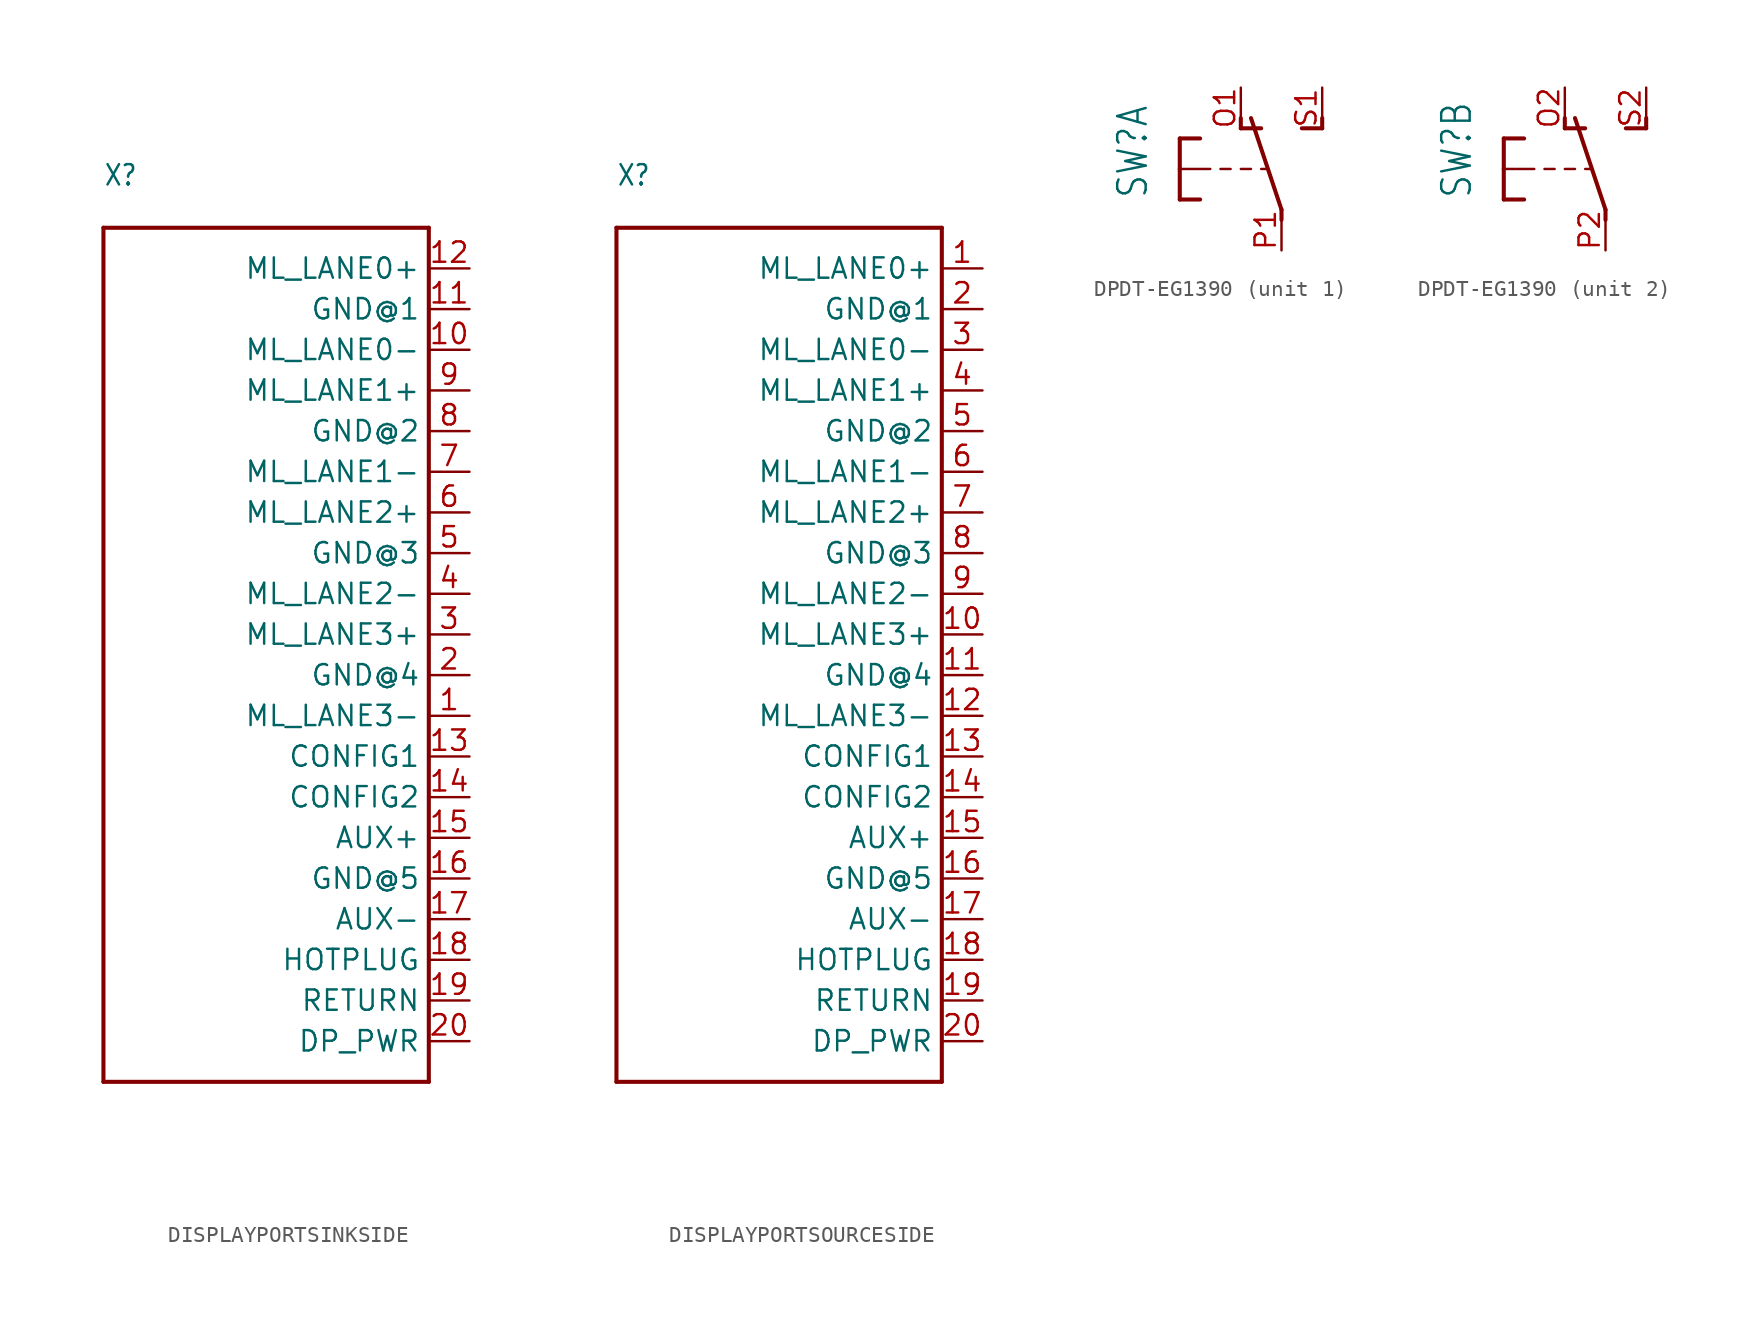
<source format=kicad_sym>
(kicad_symbol_lib
  (version 20220914)
  (generator kicad_symbol_editor)
  (symbol "DISPLAYPORTSINKSIDE"
    (property "Reference" "X"
      (at -10.16 30.48 0)
      (effects (font (size 1.27 1.079)) (justify left bottom)))
    (property "Value" ""
      (at -10.16 -27.94 0)
      (effects (font (size 1.27 1.079)) (justify left bottom)))
    (property "ki_locked" ""
      (at 0 0 0)
      (effects (font (size 1.27 1.27))))
    (symbol "DISPLAYPORTSINKSIDE_1_0"
      (polyline (pts (xy -10.16 -25.4) (xy -10.16 27.94)) (stroke (width 0.254) (type solid)) (fill (type none)))
      (polyline (pts (xy -10.16 27.94) (xy 10.16 27.94)) (stroke (width 0.254) (type solid)) (fill (type none)))
      (polyline (pts (xy 10.16 -25.4) (xy -10.16 -25.4)) (stroke (width 0.254) (type solid)) (fill (type none)))
      (polyline (pts (xy 10.16 27.94) (xy 10.16 -25.4)) (stroke (width 0.254) (type solid)) (fill (type none)))
      (pin bidirectional line (at 12.7 -2.54 180) (length 2.54) (name "ML_LANE3-" (effects (font (size 1.27 1.27)))) (number "1" (effects (font (size 1.27 1.27)))))
      (pin bidirectional line (at 12.7 20.32 180) (length 2.54) (name "ML_LANE0-" (effects (font (size 1.27 1.27)))) (number "10" (effects (font (size 1.27 1.27)))))
      (pin bidirectional line (at 12.7 22.86 180) (length 2.54) (name "GND@1" (effects (font (size 1.27 1.27)))) (number "11" (effects (font (size 1.27 1.27)))))
      (pin bidirectional line (at 12.7 25.4 180) (length 2.54) (name "ML_LANE0+" (effects (font (size 1.27 1.27)))) (number "12" (effects (font (size 1.27 1.27)))))
      (pin bidirectional line (at 12.7 -5.08 180) (length 2.54) (name "CONFIG1" (effects (font (size 1.27 1.27)))) (number "13" (effects (font (size 1.27 1.27)))))
      (pin bidirectional line (at 12.7 -7.62 180) (length 2.54) (name "CONFIG2" (effects (font (size 1.27 1.27)))) (number "14" (effects (font (size 1.27 1.27)))))
      (pin bidirectional line (at 12.7 -10.16 180) (length 2.54) (name "AUX+" (effects (font (size 1.27 1.27)))) (number "15" (effects (font (size 1.27 1.27)))))
      (pin bidirectional line (at 12.7 -12.7 180) (length 2.54) (name "GND@5" (effects (font (size 1.27 1.27)))) (number "16" (effects (font (size 1.27 1.27)))))
      (pin bidirectional line (at 12.7 -15.24 180) (length 2.54) (name "AUX-" (effects (font (size 1.27 1.27)))) (number "17" (effects (font (size 1.27 1.27)))))
      (pin bidirectional line (at 12.7 -17.78 180) (length 2.54) (name "HOTPLUG" (effects (font (size 1.27 1.27)))) (number "18" (effects (font (size 1.27 1.27)))))
      (pin bidirectional line (at 12.7 -20.32 180) (length 2.54) (name "RETURN" (effects (font (size 1.27 1.27)))) (number "19" (effects (font (size 1.27 1.27)))))
      (pin bidirectional line (at 12.7 0 180) (length 2.54) (name "GND@4" (effects (font (size 1.27 1.27)))) (number "2" (effects (font (size 1.27 1.27)))))
      (pin bidirectional line (at 12.7 -22.86 180) (length 2.54) (name "DP_PWR" (effects (font (size 1.27 1.27)))) (number "20" (effects (font (size 1.27 1.27)))))
      (pin bidirectional line (at 12.7 2.54 180) (length 2.54) (name "ML_LANE3+" (effects (font (size 1.27 1.27)))) (number "3" (effects (font (size 1.27 1.27)))))
      (pin bidirectional line (at 12.7 5.08 180) (length 2.54) (name "ML_LANE2-" (effects (font (size 1.27 1.27)))) (number "4" (effects (font (size 1.27 1.27)))))
      (pin bidirectional line (at 12.7 7.62 180) (length 2.54) (name "GND@3" (effects (font (size 1.27 1.27)))) (number "5" (effects (font (size 1.27 1.27)))))
      (pin bidirectional line (at 12.7 10.16 180) (length 2.54) (name "ML_LANE2+" (effects (font (size 1.27 1.27)))) (number "6" (effects (font (size 1.27 1.27)))))
      (pin bidirectional line (at 12.7 12.7 180) (length 2.54) (name "ML_LANE1-" (effects (font (size 1.27 1.27)))) (number "7" (effects (font (size 1.27 1.27)))))
      (pin bidirectional line (at 12.7 15.24 180) (length 2.54) (name "GND@2" (effects (font (size 1.27 1.27)))) (number "8" (effects (font (size 1.27 1.27)))))
      (pin bidirectional line (at 12.7 17.78 180) (length 2.54) (name "ML_LANE1+" (effects (font (size 1.27 1.27)))) (number "9" (effects (font (size 1.27 1.27)))))))
  (symbol "DISPLAYPORTSOURCESIDE"
    (property "Reference" "X"
      (at -10.16 30.48 0)
      (effects (font (size 1.27 1.079)) (justify left bottom)))
    (property "Value" ""
      (at -10.16 -27.94 0)
      (effects (font (size 1.27 1.079)) (justify left bottom)))
    (property "ki_locked" ""
      (at 0 0 0)
      (effects (font (size 1.27 1.27))))
    (symbol "DISPLAYPORTSOURCESIDE_1_0"
      (polyline (pts (xy -10.16 -25.4) (xy -10.16 27.94)) (stroke (width 0.254) (type solid)) (fill (type none)))
      (polyline (pts (xy -10.16 27.94) (xy 10.16 27.94)) (stroke (width 0.254) (type solid)) (fill (type none)))
      (polyline (pts (xy 10.16 -25.4) (xy -10.16 -25.4)) (stroke (width 0.254) (type solid)) (fill (type none)))
      (polyline (pts (xy 10.16 27.94) (xy 10.16 -25.4)) (stroke (width 0.254) (type solid)) (fill (type none)))
      (pin bidirectional line (at 12.7 25.4 180) (length 2.54) (name "ML_LANE0+" (effects (font (size 1.27 1.27)))) (number "1" (effects (font (size 1.27 1.27)))))
      (pin bidirectional line (at 12.7 2.54 180) (length 2.54) (name "ML_LANE3+" (effects (font (size 1.27 1.27)))) (number "10" (effects (font (size 1.27 1.27)))))
      (pin bidirectional line (at 12.7 0 180) (length 2.54) (name "GND@4" (effects (font (size 1.27 1.27)))) (number "11" (effects (font (size 1.27 1.27)))))
      (pin bidirectional line (at 12.7 -2.54 180) (length 2.54) (name "ML_LANE3-" (effects (font (size 1.27 1.27)))) (number "12" (effects (font (size 1.27 1.27)))))
      (pin bidirectional line (at 12.7 -5.08 180) (length 2.54) (name "CONFIG1" (effects (font (size 1.27 1.27)))) (number "13" (effects (font (size 1.27 1.27)))))
      (pin bidirectional line (at 12.7 -7.62 180) (length 2.54) (name "CONFIG2" (effects (font (size 1.27 1.27)))) (number "14" (effects (font (size 1.27 1.27)))))
      (pin bidirectional line (at 12.7 -10.16 180) (length 2.54) (name "AUX+" (effects (font (size 1.27 1.27)))) (number "15" (effects (font (size 1.27 1.27)))))
      (pin bidirectional line (at 12.7 -12.7 180) (length 2.54) (name "GND@5" (effects (font (size 1.27 1.27)))) (number "16" (effects (font (size 1.27 1.27)))))
      (pin bidirectional line (at 12.7 -15.24 180) (length 2.54) (name "AUX-" (effects (font (size 1.27 1.27)))) (number "17" (effects (font (size 1.27 1.27)))))
      (pin bidirectional line (at 12.7 -17.78 180) (length 2.54) (name "HOTPLUG" (effects (font (size 1.27 1.27)))) (number "18" (effects (font (size 1.27 1.27)))))
      (pin bidirectional line (at 12.7 -20.32 180) (length 2.54) (name "RETURN" (effects (font (size 1.27 1.27)))) (number "19" (effects (font (size 1.27 1.27)))))
      (pin bidirectional line (at 12.7 22.86 180) (length 2.54) (name "GND@1" (effects (font (size 1.27 1.27)))) (number "2" (effects (font (size 1.27 1.27)))))
      (pin bidirectional line (at 12.7 -22.86 180) (length 2.54) (name "DP_PWR" (effects (font (size 1.27 1.27)))) (number "20" (effects (font (size 1.27 1.27)))))
      (pin bidirectional line (at 12.7 20.32 180) (length 2.54) (name "ML_LANE0-" (effects (font (size 1.27 1.27)))) (number "3" (effects (font (size 1.27 1.27)))))
      (pin bidirectional line (at 12.7 17.78 180) (length 2.54) (name "ML_LANE1+" (effects (font (size 1.27 1.27)))) (number "4" (effects (font (size 1.27 1.27)))))
      (pin bidirectional line (at 12.7 15.24 180) (length 2.54) (name "GND@2" (effects (font (size 1.27 1.27)))) (number "5" (effects (font (size 1.27 1.27)))))
      (pin bidirectional line (at 12.7 12.7 180) (length 2.54) (name "ML_LANE1-" (effects (font (size 1.27 1.27)))) (number "6" (effects (font (size 1.27 1.27)))))
      (pin bidirectional line (at 12.7 10.16 180) (length 2.54) (name "ML_LANE2+" (effects (font (size 1.27 1.27)))) (number "7" (effects (font (size 1.27 1.27)))))
      (pin bidirectional line (at 12.7 7.62 180) (length 2.54) (name "GND@3" (effects (font (size 1.27 1.27)))) (number "8" (effects (font (size 1.27 1.27)))))
      (pin bidirectional line (at 12.7 5.08 180) (length 2.54) (name "ML_LANE2-" (effects (font (size 1.27 1.27)))) (number "9" (effects (font (size 1.27 1.27)))))))
  (symbol "DPDT-EG1390"
    (property "Reference" "SW"
      (at -8.255 -1.905 90)
      (effects (font (size 1.778 1.511)) (justify left bottom)))
    (property "Value" ""
      (at -5.715 2.54 90)
      (effects (font (size 1.778 1.511)) (justify left bottom)))
    (property "ki_locked" ""
      (at 0 0 0)
      (effects (font (size 1.27 1.27))))
    (symbol "DPDT-EG1390_1_0"
      (polyline (pts (xy -6.35 -1.905) (xy -5.08 -1.905)) (stroke (width 0.254) (type solid)) (fill (type none)))
      (polyline (pts (xy -6.35 0) (xy -6.35 -1.905)) (stroke (width 0.254) (type solid)) (fill (type none)))
      (polyline (pts (xy -6.35 0) (xy -4.445 0)) (stroke (width 0.152) (type solid)) (fill (type none)))
      (polyline (pts (xy -6.35 1.905) (xy -6.35 0)) (stroke (width 0.254) (type solid)) (fill (type none)))
      (polyline (pts (xy -6.35 1.905) (xy -5.08 1.905)) (stroke (width 0.254) (type solid)) (fill (type none)))
      (polyline (pts (xy -3.175 0) (xy -3.81 0)) (stroke (width 0.152) (type solid)) (fill (type none)))
      (polyline (pts (xy -2.54 2.54) (xy -2.54 3.175)) (stroke (width 0.254) (type solid)) (fill (type none)))
      (polyline (pts (xy -2.54 2.54) (xy -1.27 2.54)) (stroke (width 0.254) (type solid)) (fill (type none)))
      (polyline (pts (xy -1.905 0) (xy -2.54 0)) (stroke (width 0.152) (type solid)) (fill (type none)))
      (polyline (pts (xy -0.889 0) (xy -1.27 0)) (stroke (width 0.152) (type solid)) (fill (type none)))
      (polyline (pts (xy 0 -3.175) (xy 0 -2.54)) (stroke (width 0.254) (type solid)) (fill (type none)))
      (polyline (pts (xy 0 -2.54) (xy -1.905 3.175)) (stroke (width 0.254) (type solid)) (fill (type none)))
      (polyline (pts (xy 1.27 2.54) (xy 2.54 2.54)) (stroke (width 0.254) (type solid)) (fill (type none)))
      (polyline (pts (xy 2.54 2.54) (xy 2.54 3.175)) (stroke (width 0.254) (type solid)) (fill (type none)))
      (pin passive line (at -2.54 5.08 270) (length 2.54) (name "O" (effects (font (size 0 0)))) (number "O1" (effects (font (size 1.27 1.27)))))
      (pin passive line (at 0 -5.08 90) (length 2.54) (name "P" (effects (font (size 0 0)))) (number "P1" (effects (font (size 1.27 1.27)))))
      (pin passive line (at 2.54 5.08 270) (length 2.54) (name "S" (effects (font (size 0 0)))) (number "S1" (effects (font (size 1.27 1.27))))))
    (symbol "DPDT-EG1390_2_0"
      (polyline (pts (xy -6.35 -1.905) (xy -5.08 -1.905)) (stroke (width 0.254) (type solid)) (fill (type none)))
      (polyline (pts (xy -6.35 0) (xy -6.35 -1.905)) (stroke (width 0.254) (type solid)) (fill (type none)))
      (polyline (pts (xy -6.35 0) (xy -4.445 0)) (stroke (width 0.152) (type solid)) (fill (type none)))
      (polyline (pts (xy -6.35 1.905) (xy -6.35 0)) (stroke (width 0.254) (type solid)) (fill (type none)))
      (polyline (pts (xy -6.35 1.905) (xy -5.08 1.905)) (stroke (width 0.254) (type solid)) (fill (type none)))
      (polyline (pts (xy -3.175 0) (xy -3.81 0)) (stroke (width 0.152) (type solid)) (fill (type none)))
      (polyline (pts (xy -2.54 2.54) (xy -2.54 3.175)) (stroke (width 0.254) (type solid)) (fill (type none)))
      (polyline (pts (xy -2.54 2.54) (xy -1.27 2.54)) (stroke (width 0.254) (type solid)) (fill (type none)))
      (polyline (pts (xy -1.905 0) (xy -2.54 0)) (stroke (width 0.152) (type solid)) (fill (type none)))
      (polyline (pts (xy -0.889 0) (xy -1.27 0)) (stroke (width 0.152) (type solid)) (fill (type none)))
      (polyline (pts (xy 0 -3.175) (xy 0 -2.54)) (stroke (width 0.254) (type solid)) (fill (type none)))
      (polyline (pts (xy 0 -2.54) (xy -1.905 3.175)) (stroke (width 0.254) (type solid)) (fill (type none)))
      (polyline (pts (xy 1.27 2.54) (xy 2.54 2.54)) (stroke (width 0.254) (type solid)) (fill (type none)))
      (polyline (pts (xy 2.54 2.54) (xy 2.54 3.175)) (stroke (width 0.254) (type solid)) (fill (type none)))
      (pin passive line (at -2.54 5.08 270) (length 2.54) (name "O" (effects (font (size 0 0)))) (number "O2" (effects (font (size 1.27 1.27)))))
      (pin passive line (at 0 -5.08 90) (length 2.54) (name "P" (effects (font (size 0 0)))) (number "P2" (effects (font (size 1.27 1.27)))))
      (pin passive line (at 2.54 5.08 270) (length 2.54) (name "S" (effects (font (size 0 0)))) (number "S2" (effects (font (size 1.27 1.27))))))))
</source>
